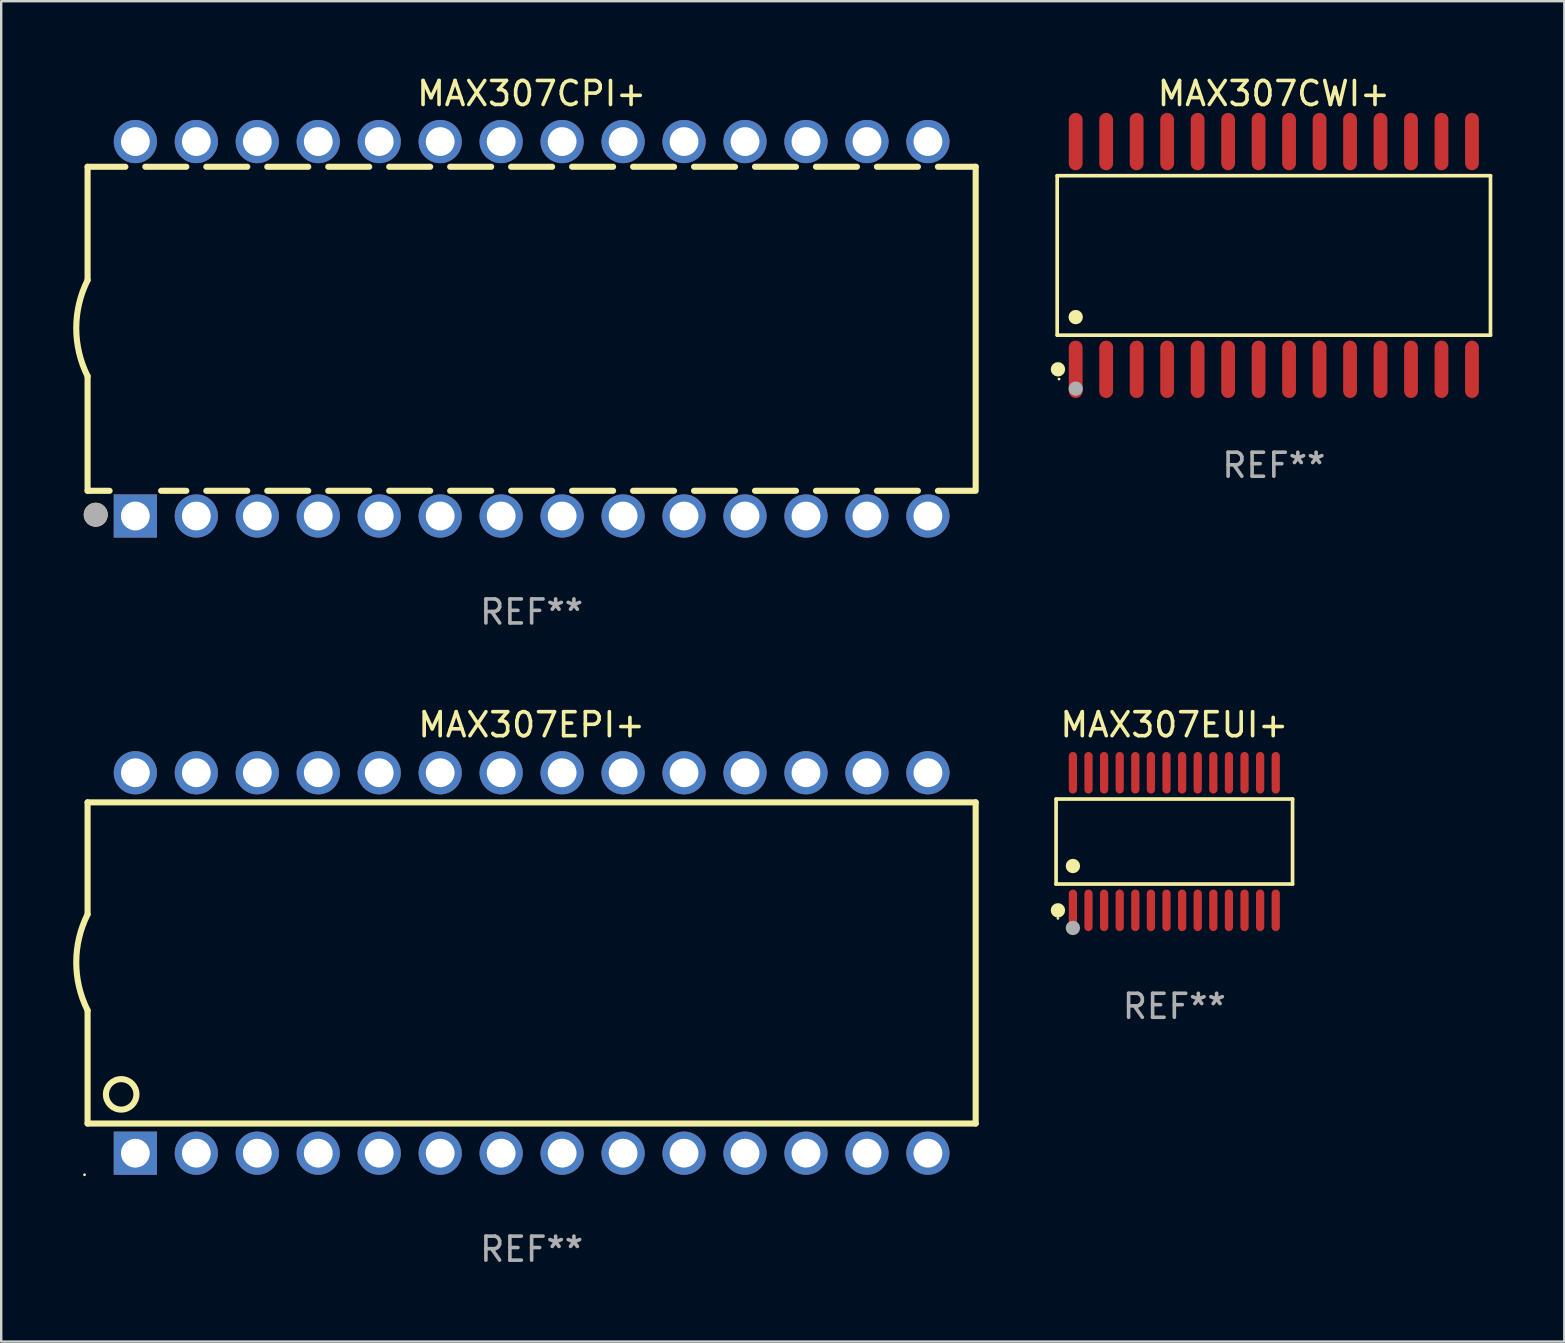
<source format=kicad_pcb>
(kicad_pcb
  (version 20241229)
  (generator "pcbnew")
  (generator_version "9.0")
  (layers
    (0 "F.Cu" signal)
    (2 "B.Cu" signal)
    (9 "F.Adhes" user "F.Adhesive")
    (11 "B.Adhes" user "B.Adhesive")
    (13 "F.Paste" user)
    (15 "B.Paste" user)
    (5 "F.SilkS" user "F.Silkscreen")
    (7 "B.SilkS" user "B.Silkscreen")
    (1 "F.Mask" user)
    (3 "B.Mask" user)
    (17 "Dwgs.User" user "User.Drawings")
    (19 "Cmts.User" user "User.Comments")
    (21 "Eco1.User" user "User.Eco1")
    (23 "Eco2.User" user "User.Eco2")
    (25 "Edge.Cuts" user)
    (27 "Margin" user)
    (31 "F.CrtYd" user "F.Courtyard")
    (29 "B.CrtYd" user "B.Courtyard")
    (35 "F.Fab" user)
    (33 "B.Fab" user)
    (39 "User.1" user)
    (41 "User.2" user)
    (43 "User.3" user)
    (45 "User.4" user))
  (footprint "MAX307CPI+"
    (layer "F.Cu")
    (at 19.099 10.648)
    (property "Reference" "MAX307CPI+" (at 0 -9.8 0) (layer "F.SilkS") (effects (font (size 1 1) (thickness 0.15))))
    (attr through_hole)
    (fp_line (start -18.5 -6.75) (end -18.5 -2.026) (stroke (width 0.254) (type solid)) (layer "F.SilkS"))
    (fp_line (start -18.5 -6.75) (end -16.926 -6.75) (stroke (width 0.254) (type solid)) (layer "F.SilkS"))
    (fp_line (start -18.5 6.75) (end -18.5 1.974) (stroke (width 0.254) (type solid)) (layer "F.SilkS"))
    (fp_line (start -18.5 6.75) (end -17.584 6.75) (stroke (width 0.254) (type solid)) (layer "F.SilkS"))
    (fp_line (start -16.094 -6.75) (end -14.386 -6.75) (stroke (width 0.254) (type solid)) (layer "F.SilkS"))
    (fp_line (start -15.436 6.75) (end -14.386 6.75) (stroke (width 0.254) (type solid)) (layer "F.SilkS"))
    (fp_line (start -13.554 -6.75) (end -11.846 -6.75) (stroke (width 0.254) (type solid)) (layer "F.SilkS"))
    (fp_line (start -13.554 6.75) (end -11.846 6.75) (stroke (width 0.254) (type solid)) (layer "F.SilkS"))
    (fp_line (start -11.014 -6.75) (end -9.306 -6.75) (stroke (width 0.254) (type solid)) (layer "F.SilkS"))
    (fp_line (start -11.014 6.75) (end -9.306 6.75) (stroke (width 0.254) (type solid)) (layer "F.SilkS"))
    (fp_line (start -8.474 -6.75) (end -6.766 -6.75) (stroke (width 0.254) (type solid)) (layer "F.SilkS"))
    (fp_line (start -8.474 6.75) (end -6.766 6.75) (stroke (width 0.254) (type solid)) (layer "F.SilkS"))
    (fp_line (start -5.934 -6.75) (end -4.226 -6.75) (stroke (width 0.254) (type solid)) (layer "F.SilkS"))
    (fp_line (start -5.934 6.75) (end -4.226 6.75) (stroke (width 0.254) (type solid)) (layer "F.SilkS"))
    (fp_line (start -3.394 -6.75) (end -1.686 -6.75) (stroke (width 0.254) (type solid)) (layer "F.SilkS"))
    (fp_line (start -3.394 6.75) (end -1.686 6.75) (stroke (width 0.254) (type solid)) (layer "F.SilkS"))
    (fp_line (start -0.854 -6.75) (end 0.854 -6.75) (stroke (width 0.254) (type solid)) (layer "F.SilkS"))
    (fp_line (start -0.854 6.75) (end 0.854 6.75) (stroke (width 0.254) (type solid)) (layer "F.SilkS"))
    (fp_line (start 1.686 -6.75) (end 3.394 -6.75) (stroke (width 0.254) (type solid)) (layer "F.SilkS"))
    (fp_line (start 1.686 6.75) (end 3.394 6.75) (stroke (width 0.254) (type solid)) (layer "F.SilkS"))
    (fp_line (start 4.226 -6.75) (end 5.934 -6.75) (stroke (width 0.254) (type solid)) (layer "F.SilkS"))
    (fp_line (start 4.226 6.75) (end 5.934 6.75) (stroke (width 0.254) (type solid)) (layer "F.SilkS"))
    (fp_line (start 6.766 -6.75) (end 8.474 -6.75) (stroke (width 0.254) (type solid)) (layer "F.SilkS"))
    (fp_line (start 6.766 6.75) (end 8.474 6.75) (stroke (width 0.254) (type solid)) (layer "F.SilkS"))
    (fp_line (start 9.306 -6.75) (end 11.014 -6.75) (stroke (width 0.254) (type solid)) (layer "F.SilkS"))
    (fp_line (start 9.306 6.75) (end 11.014 6.75) (stroke (width 0.254) (type solid)) (layer "F.SilkS"))
    (fp_line (start 11.846 -6.75) (end 13.554 -6.75) (stroke (width 0.254) (type solid)) (layer "F.SilkS"))
    (fp_line (start 11.846 6.75) (end 13.554 6.75) (stroke (width 0.254) (type solid)) (layer "F.SilkS"))
    (fp_line (start 14.386 -6.75) (end 16.094 -6.75) (stroke (width 0.254) (type solid)) (layer "F.SilkS"))
    (fp_line (start 14.386 6.75) (end 16.094 6.75) (stroke (width 0.254) (type solid)) (layer "F.SilkS"))
    (fp_line (start 16.926 -6.75) (end 18.5 -6.75) (stroke (width 0.254) (type solid)) (layer "F.SilkS"))
    (fp_line (start 16.926 6.75) (end 18.415 6.75) (stroke (width 0.254) (type solid)) (layer "F.SilkS"))
    (fp_line (start 18.5 6.75) (end 18.5 -6.75) (stroke (width 0.254) (type solid)) (layer "F.SilkS"))
    (fp_arc (start -18.500051 1.974384) (mid -18.972187 -0.025616) (end -18.500051 -2.025616) (stroke (width 0.254001) (type solid)) (layer "F.SilkS"))
    (fp_circle (center -18.5 7.8) (end -18.47 7.8) (stroke (width 0.06) (type solid)) (fill no) (layer "F.SilkS"))
    (fp_circle (center -18.161 7.747) (end -17.911 7.747) (stroke (width 0.5) (type solid)) (fill no) (layer "F.SilkS"))
    (fp_circle (center -18.161 7.747) (end -17.911 7.747) (stroke (width 0.5) (type solid)) (fill no) (layer "F.Fab"))
    (fp_text user "REF**" (at 0 11.8 0) (layer "F.Fab") (effects (font (size 1 1) (thickness 0.15))))
    (pad "1" thru_hole rect (at -16.51 7.8) (size 1.8 1.8) (drill 1.2) (layers "*.Cu" "*.Mask"))
    (pad "2" thru_hole circle (at -13.97 7.8) (size 1.8 1.8) (drill 1.2) (layers "*.Cu" "*.Mask"))
    (pad "3" thru_hole circle (at -11.43 7.8) (size 1.8 1.8) (drill 1.2) (layers "*.Cu" "*.Mask"))
    (pad "4" thru_hole circle (at -8.89 7.8) (size 1.8 1.8) (drill 1.2) (layers "*.Cu" "*.Mask"))
    (pad "5" thru_hole circle (at -6.35 7.8) (size 1.8 1.8) (drill 1.2) (layers "*.Cu" "*.Mask"))
    (pad "6" thru_hole circle (at -3.81 7.8) (size 1.8 1.8) (drill 1.2) (layers "*.Cu" "*.Mask"))
    (pad "7" thru_hole circle (at -1.27 7.8) (size 1.8 1.8) (drill 1.2) (layers "*.Cu" "*.Mask"))
    (pad "8" thru_hole circle (at 1.27 7.8) (size 1.8 1.8) (drill 1.2) (layers "*.Cu" "*.Mask"))
    (pad "9" thru_hole circle (at 3.81 7.8) (size 1.8 1.8) (drill 1.2) (layers "*.Cu" "*.Mask"))
    (pad "10" thru_hole circle (at 6.35 7.8) (size 1.8 1.8) (drill 1.2) (layers "*.Cu" "*.Mask"))
    (pad "11" thru_hole circle (at 8.89 7.8) (size 1.8 1.8) (drill 1.2) (layers "*.Cu" "*.Mask"))
    (pad "12" thru_hole circle (at 11.43 7.8) (size 1.8 1.8) (drill 1.2) (layers "*.Cu" "*.Mask"))
    (pad "13" thru_hole circle (at 13.97 7.8) (size 1.8 1.8) (drill 1.2) (layers "*.Cu" "*.Mask"))
    (pad "14" thru_hole circle (at 16.51 7.8) (size 1.8 1.8) (drill 1.2) (layers "*.Cu" "*.Mask"))
    (pad "15" thru_hole circle (at 16.51 -7.8) (size 1.8 1.8) (drill 1.2) (layers "*.Cu" "*.Mask"))
    (pad "16" thru_hole circle (at 13.97 -7.8) (size 1.8 1.8) (drill 1.2) (layers "*.Cu" "*.Mask"))
    (pad "17" thru_hole circle (at 11.43 -7.8) (size 1.8 1.8) (drill 1.2) (layers "*.Cu" "*.Mask"))
    (pad "18" thru_hole circle (at 8.89 -7.8) (size 1.8 1.8) (drill 1.2) (layers "*.Cu" "*.Mask"))
    (pad "19" thru_hole circle (at 6.35 -7.8) (size 1.8 1.8) (drill 1.2) (layers "*.Cu" "*.Mask"))
    (pad "20" thru_hole circle (at 3.81 -7.8) (size 1.8 1.8) (drill 1.2) (layers "*.Cu" "*.Mask"))
    (pad "21" thru_hole circle (at 1.27 -7.8) (size 1.8 1.8) (drill 1.2) (layers "*.Cu" "*.Mask"))
    (pad "22" thru_hole circle (at -1.27 -7.8) (size 1.8 1.8) (drill 1.2) (layers "*.Cu" "*.Mask"))
    (pad "23" thru_hole circle (at -3.81 -7.8) (size 1.8 1.8) (drill 1.2) (layers "*.Cu" "*.Mask"))
    (pad "24" thru_hole circle (at -6.35 -7.8) (size 1.8 1.8) (drill 1.2) (layers "*.Cu" "*.Mask"))
    (pad "25" thru_hole circle (at -8.89 -7.8) (size 1.8 1.8) (drill 1.2) (layers "*.Cu" "*.Mask"))
    (pad "26" thru_hole circle (at -11.43 -7.8) (size 1.8 1.8) (drill 1.2) (layers "*.Cu" "*.Mask"))
    (pad "27" thru_hole circle (at -13.97 -7.8) (size 1.8 1.8) (drill 1.2) (layers "*.Cu" "*.Mask"))
    (pad "28" thru_hole circle (at -16.51 -7.8) (size 1.8 1.8) (drill 1.2) (layers "*.Cu" "*.Mask")))
  (footprint "MAX307EPI+"
    (layer "F.Cu")
    (at 19.099 37.07)
    (property "Reference" "MAX307EPI+" (at 0 -9.925 0) (layer "F.SilkS") (effects (font (size 1 1) (thickness 0.15))))
    (attr through_hole)
    (fp_line (start -18.5 -6.692) (end -18.5 -2.026) (stroke (width 0.254) (type solid)) (layer "F.SilkS"))
    (fp_line (start -18.5 6.689) (end -18.5 1.974) (stroke (width 0.254) (type solid)) (layer "F.SilkS"))
    (fp_line (start -18.5 6.689) (end 18.5 6.689) (stroke (width 0.254) (type solid)) (layer "F.SilkS"))
    (fp_line (start 18.5 -6.692) (end -18.5 -6.692) (stroke (width 0.254) (type solid)) (layer "F.SilkS"))
    (fp_line (start 18.5 6.689) (end 18.5 -6.692) (stroke (width 0.254) (type solid)) (layer "F.SilkS"))
    (fp_arc (start -18.500051 1.974346) (mid -18.972187 -0.025654) (end -18.500051 -2.025654) (stroke (width 0.254001) (type solid)) (layer "F.SilkS"))
    (fp_circle (center -18.627 8.824) (end -18.597 8.824) (stroke (width 0.06) (type solid)) (fill no) (layer "F.SilkS"))
    (fp_circle (center -17.1 5.474) (end -16.465 5.474) (stroke (width 0.254) (type solid)) (fill no) (layer "F.SilkS"))
    (fp_text user "REF**" (at 0 11.925 0) (layer "F.Fab") (effects (font (size 1 1) (thickness 0.15))))
    (pad "1" thru_hole rect (at -16.51 7.925) (size 1.8 1.8) (drill 1.2) (layers "*.Cu" "*.Mask"))
    (pad "2" thru_hole circle (at -13.97 7.924) (size 1.8 1.8) (drill 1.2) (layers "*.Cu" "*.Mask"))
    (pad "3" thru_hole circle (at -11.43 7.924) (size 1.8 1.8) (drill 1.2) (layers "*.Cu" "*.Mask"))
    (pad "4" thru_hole circle (at -8.89 7.924) (size 1.8 1.8) (drill 1.2) (layers "*.Cu" "*.Mask"))
    (pad "5" thru_hole circle (at -6.35 7.924) (size 1.8 1.8) (drill 1.2) (layers "*.Cu" "*.Mask"))
    (pad "6" thru_hole circle (at -3.81 7.924) (size 1.8 1.8) (drill 1.2) (layers "*.Cu" "*.Mask"))
    (pad "7" thru_hole circle (at -1.27 7.924) (size 1.8 1.8) (drill 1.2) (layers "*.Cu" "*.Mask"))
    (pad "8" thru_hole circle (at 1.27 7.924) (size 1.8 1.8) (drill 1.2) (layers "*.Cu" "*.Mask"))
    (pad "9" thru_hole circle (at 3.81 7.924) (size 1.8 1.8) (drill 1.2) (layers "*.Cu" "*.Mask"))
    (pad "10" thru_hole circle (at 6.35 7.924) (size 1.8 1.8) (drill 1.2) (layers "*.Cu" "*.Mask"))
    (pad "11" thru_hole circle (at 8.89 7.924) (size 1.8 1.8) (drill 1.2) (layers "*.Cu" "*.Mask"))
    (pad "12" thru_hole circle (at 11.43 7.924) (size 1.8 1.8) (drill 1.2) (layers "*.Cu" "*.Mask"))
    (pad "13" thru_hole circle (at 13.97 7.924) (size 1.8 1.8) (drill 1.2) (layers "*.Cu" "*.Mask"))
    (pad "14" thru_hole circle (at 16.51 7.924) (size 1.8 1.8) (drill 1.2) (layers "*.Cu" "*.Mask"))
    (pad "15" thru_hole circle (at 16.51 -7.925) (size 1.8 1.8) (drill 1.2) (layers "*.Cu" "*.Mask"))
    (pad "16" thru_hole circle (at 13.97 -7.925) (size 1.8 1.8) (drill 1.2) (layers "*.Cu" "*.Mask"))
    (pad "17" thru_hole circle (at 11.43 -7.925) (size 1.8 1.8) (drill 1.2) (layers "*.Cu" "*.Mask"))
    (pad "18" thru_hole circle (at 8.89 -7.925) (size 1.8 1.8) (drill 1.2) (layers "*.Cu" "*.Mask"))
    (pad "19" thru_hole circle (at 6.35 -7.925) (size 1.8 1.8) (drill 1.2) (layers "*.Cu" "*.Mask"))
    (pad "20" thru_hole circle (at 3.81 -7.925) (size 1.8 1.8) (drill 1.2) (layers "*.Cu" "*.Mask"))
    (pad "21" thru_hole circle (at 1.27 -7.925) (size 1.8 1.8) (drill 1.2) (layers "*.Cu" "*.Mask"))
    (pad "22" thru_hole circle (at -1.27 -7.925) (size 1.8 1.8) (drill 1.2) (layers "*.Cu" "*.Mask"))
    (pad "23" thru_hole circle (at -3.81 -7.925) (size 1.8 1.8) (drill 1.2) (layers "*.Cu" "*.Mask"))
    (pad "24" thru_hole circle (at -6.35 -7.925) (size 1.8 1.8) (drill 1.2) (layers "*.Cu" "*.Mask"))
    (pad "25" thru_hole circle (at -8.89 -7.925) (size 1.8 1.8) (drill 1.2) (layers "*.Cu" "*.Mask"))
    (pad "26" thru_hole circle (at -11.43 -7.925) (size 1.8 1.8) (drill 1.2) (layers "*.Cu" "*.Mask"))
    (pad "27" thru_hole circle (at -13.97 -7.925) (size 1.8 1.8) (drill 1.2) (layers "*.Cu" "*.Mask"))
    (pad "28" thru_hole circle (at -16.51 -7.925) (size 1.8 1.8) (drill 1.2) (layers "*.Cu" "*.Mask")))
  (footprint "MAX307EUI+"
    (layer "F.Cu")
    (at 45.875 32.011)
    (property "Reference" "MAX307EUI+" (at 0 -4.866 0) (layer "F.SilkS") (effects (font (size 1 1) (thickness 0.15))))
    (attr through_hole)
    (fp_line (start -4.926 -1.772) (end 4.926 -1.772) (stroke (width 0.152) (type solid)) (layer "F.SilkS"))
    (fp_line (start -4.926 1.771) (end -4.926 -1.772) (stroke (width 0.152) (type solid)) (layer "F.SilkS"))
    (fp_line (start 4.926 -1.772) (end 4.926 1.771) (stroke (width 0.152) (type solid)) (layer "F.SilkS"))
    (fp_line (start 4.926 1.771) (end -4.926 1.771) (stroke (width 0.152) (type solid)) (layer "F.SilkS"))
    (fp_circle (center -4.85 3.2) (end -4.82 3.2) (stroke (width 0.06) (type solid)) (fill no) (layer "F.SilkS"))
    (fp_circle (center -4.849 2.866) (end -4.699 2.866) (stroke (width 0.3) (type solid)) (fill no) (layer "F.SilkS"))
    (fp_circle (center -4.225 1.019) (end -4.075 1.019) (stroke (width 0.3) (type solid)) (fill no) (layer "F.SilkS"))
    (fp_circle (center -4.225 3.6) (end -4.075 3.6) (stroke (width 0.3) (type solid)) (fill no) (layer "F.Fab"))
    (fp_text user "REF**" (at 0 6.866 0) (layer "F.Fab") (effects (font (size 1 1) (thickness 0.15))))
    (pad "1" smd oval (at -4.225 2.866) (size 0.343 1.731) (layers "F.Cu" "F.Mask" "F.Paste"))
    (pad "2" smd oval (at -3.575 2.866) (size 0.343 1.731) (layers "F.Cu" "F.Mask" "F.Paste"))
    (pad "3" smd oval (at -2.925 2.866) (size 0.343 1.731) (layers "F.Cu" "F.Mask" "F.Paste"))
    (pad "4" smd oval (at -2.275 2.866) (size 0.343 1.731) (layers "F.Cu" "F.Mask" "F.Paste"))
    (pad "5" smd oval (at -1.625 2.866) (size 0.343 1.731) (layers "F.Cu" "F.Mask" "F.Paste"))
    (pad "6" smd oval (at -0.975 2.866) (size 0.343 1.731) (layers "F.Cu" "F.Mask" "F.Paste"))
    (pad "7" smd oval (at -0.325 2.866) (size 0.343 1.731) (layers "F.Cu" "F.Mask" "F.Paste"))
    (pad "8" smd oval (at 0.325 2.866) (size 0.343 1.731) (layers "F.Cu" "F.Mask" "F.Paste"))
    (pad "9" smd oval (at 0.975 2.866) (size 0.343 1.731) (layers "F.Cu" "F.Mask" "F.Paste"))
    (pad "10" smd oval (at 1.625 2.866) (size 0.343 1.731) (layers "F.Cu" "F.Mask" "F.Paste"))
    (pad "11" smd oval (at 2.275 2.866) (size 0.343 1.731) (layers "F.Cu" "F.Mask" "F.Paste"))
    (pad "12" smd oval (at 2.925 2.866) (size 0.343 1.731) (layers "F.Cu" "F.Mask" "F.Paste"))
    (pad "13" smd oval (at 3.575 2.866) (size 0.343 1.731) (layers "F.Cu" "F.Mask" "F.Paste"))
    (pad "14" smd oval (at 4.225 2.866) (size 0.343 1.731) (layers "F.Cu" "F.Mask" "F.Paste"))
    (pad "15" smd oval (at 4.225 -2.866) (size 0.343 1.731) (layers "F.Cu" "F.Mask" "F.Paste"))
    (pad "16" smd oval (at 3.575 -2.866) (size 0.343 1.731) (layers "F.Cu" "F.Mask" "F.Paste"))
    (pad "17" smd oval (at 2.925 -2.866) (size 0.343 1.731) (layers "F.Cu" "F.Mask" "F.Paste"))
    (pad "18" smd oval (at 2.275 -2.866) (size 0.343 1.731) (layers "F.Cu" "F.Mask" "F.Paste"))
    (pad "19" smd oval (at 1.625 -2.866) (size 0.343 1.731) (layers "F.Cu" "F.Mask" "F.Paste"))
    (pad "20" smd oval (at 0.975 -2.866) (size 0.343 1.731) (layers "F.Cu" "F.Mask" "F.Paste"))
    (pad "21" smd oval (at 0.325 -2.866) (size 0.343 1.731) (layers "F.Cu" "F.Mask" "F.Paste"))
    (pad "22" smd oval (at -0.325 -2.866) (size 0.343 1.731) (layers "F.Cu" "F.Mask" "F.Paste"))
    (pad "23" smd oval (at -0.975 -2.866) (size 0.343 1.731) (layers "F.Cu" "F.Mask" "F.Paste"))
    (pad "24" smd oval (at -1.625 -2.866) (size 0.343 1.731) (layers "F.Cu" "F.Mask" "F.Paste"))
    (pad "25" smd oval (at -2.275 -2.866) (size 0.343 1.731) (layers "F.Cu" "F.Mask" "F.Paste"))
    (pad "26" smd oval (at -2.925 -2.866) (size 0.343 1.731) (layers "F.Cu" "F.Mask" "F.Paste"))
    (pad "27" smd oval (at -3.575 -2.866) (size 0.343 1.731) (layers "F.Cu" "F.Mask" "F.Paste"))
    (pad "28" smd oval (at -4.225 -2.866) (size 0.343 1.731) (layers "F.Cu" "F.Mask" "F.Paste")))
  (footprint "MAX307CWI+"
    (layer "F.Cu")
    (at 50.021 7.592)
    (property "Reference" "MAX307CWI+" (at 0 -6.744 0) (layer "F.SilkS") (effects (font (size 1 1) (thickness 0.15))))
    (attr through_hole)
    (fp_line (start -9.026 -3.321) (end 9.026 -3.321) (stroke (width 0.152) (type solid)) (layer "F.SilkS"))
    (fp_line (start -9.026 3.321) (end -9.026 -3.321) (stroke (width 0.152) (type solid)) (layer "F.SilkS"))
    (fp_line (start 9.026 -3.321) (end 9.026 3.321) (stroke (width 0.152) (type solid)) (layer "F.SilkS"))
    (fp_line (start 9.026 3.321) (end -9.026 3.321) (stroke (width 0.152) (type solid)) (layer "F.SilkS"))
    (fp_circle (center -8.994 4.744) (end -8.844 4.744) (stroke (width 0.3) (type solid)) (fill no) (layer "F.SilkS"))
    (fp_circle (center -8.95 5.15) (end -8.92 5.15) (stroke (width 0.06) (type solid)) (fill no) (layer "F.SilkS"))
    (fp_circle (center -8.255 2.569) (end -8.105 2.569) (stroke (width 0.3) (type solid)) (fill no) (layer "F.SilkS"))
    (fp_circle (center -8.255 5.55) (end -8.105 5.55) (stroke (width 0.3) (type solid)) (fill no) (layer "F.Fab"))
    (fp_text user "REF**" (at 0 8.744 0) (layer "F.Fab") (effects (font (size 1 1) (thickness 0.15))))
    (pad "1" smd oval (at -8.255 4.744) (size 0.574 2.388) (layers "F.Cu" "F.Mask" "F.Paste"))
    (pad "2" smd oval (at -6.985 4.744) (size 0.574 2.388) (layers "F.Cu" "F.Mask" "F.Paste"))
    (pad "3" smd oval (at -5.715 4.744) (size 0.574 2.388) (layers "F.Cu" "F.Mask" "F.Paste"))
    (pad "4" smd oval (at -4.445 4.744) (size 0.574 2.388) (layers "F.Cu" "F.Mask" "F.Paste"))
    (pad "5" smd oval (at -3.175 4.744) (size 0.574 2.388) (layers "F.Cu" "F.Mask" "F.Paste"))
    (pad "6" smd oval (at -1.905 4.744) (size 0.574 2.388) (layers "F.Cu" "F.Mask" "F.Paste"))
    (pad "7" smd oval (at -0.635 4.744) (size 0.574 2.388) (layers "F.Cu" "F.Mask" "F.Paste"))
    (pad "8" smd oval (at 0.635 4.744) (size 0.574 2.388) (layers "F.Cu" "F.Mask" "F.Paste"))
    (pad "9" smd oval (at 1.905 4.744) (size 0.574 2.388) (layers "F.Cu" "F.Mask" "F.Paste"))
    (pad "10" smd oval (at 3.175 4.744) (size 0.574 2.388) (layers "F.Cu" "F.Mask" "F.Paste"))
    (pad "11" smd oval (at 4.445 4.744) (size 0.574 2.388) (layers "F.Cu" "F.Mask" "F.Paste"))
    (pad "12" smd oval (at 5.715 4.744) (size 0.574 2.388) (layers "F.Cu" "F.Mask" "F.Paste"))
    (pad "13" smd oval (at 6.985 4.744) (size 0.574 2.388) (layers "F.Cu" "F.Mask" "F.Paste"))
    (pad "14" smd oval (at 8.255 4.744) (size 0.574 2.388) (layers "F.Cu" "F.Mask" "F.Paste"))
    (pad "15" smd oval (at 8.255 -4.744) (size 0.574 2.388) (layers "F.Cu" "F.Mask" "F.Paste"))
    (pad "16" smd oval (at 6.985 -4.744) (size 0.574 2.388) (layers "F.Cu" "F.Mask" "F.Paste"))
    (pad "17" smd oval (at 5.715 -4.744) (size 0.574 2.388) (layers "F.Cu" "F.Mask" "F.Paste"))
    (pad "18" smd oval (at 4.445 -4.744) (size 0.574 2.388) (layers "F.Cu" "F.Mask" "F.Paste"))
    (pad "19" smd oval (at 3.175 -4.744) (size 0.574 2.388) (layers "F.Cu" "F.Mask" "F.Paste"))
    (pad "20" smd oval (at 1.905 -4.744) (size 0.574 2.388) (layers "F.Cu" "F.Mask" "F.Paste"))
    (pad "21" smd oval (at 0.635 -4.744) (size 0.574 2.388) (layers "F.Cu" "F.Mask" "F.Paste"))
    (pad "22" smd oval (at -0.635 -4.744) (size 0.574 2.388) (layers "F.Cu" "F.Mask" "F.Paste"))
    (pad "23" smd oval (at -1.905 -4.744) (size 0.574 2.388) (layers "F.Cu" "F.Mask" "F.Paste"))
    (pad "24" smd oval (at -3.175 -4.744) (size 0.574 2.388) (layers "F.Cu" "F.Mask" "F.Paste"))
    (pad "25" smd oval (at -4.445 -4.744) (size 0.574 2.388) (layers "F.Cu" "F.Mask" "F.Paste"))
    (pad "26" smd oval (at -5.715 -4.744) (size 0.574 2.388) (layers "F.Cu" "F.Mask" "F.Paste"))
    (pad "27" smd oval (at -6.985 -4.744) (size 0.574 2.388) (layers "F.Cu" "F.Mask" "F.Paste"))
    (pad "28" smd oval (at -8.255 -4.744) (size 0.574 2.388) (layers "F.Cu" "F.Mask" "F.Paste")))
  (gr_rect
    (start -3 -3)
    (end 62.123 52.843)
    (stroke (width 0.1) (type default))
    (fill no)
    (layer "Edge.Cuts")))
</source>
